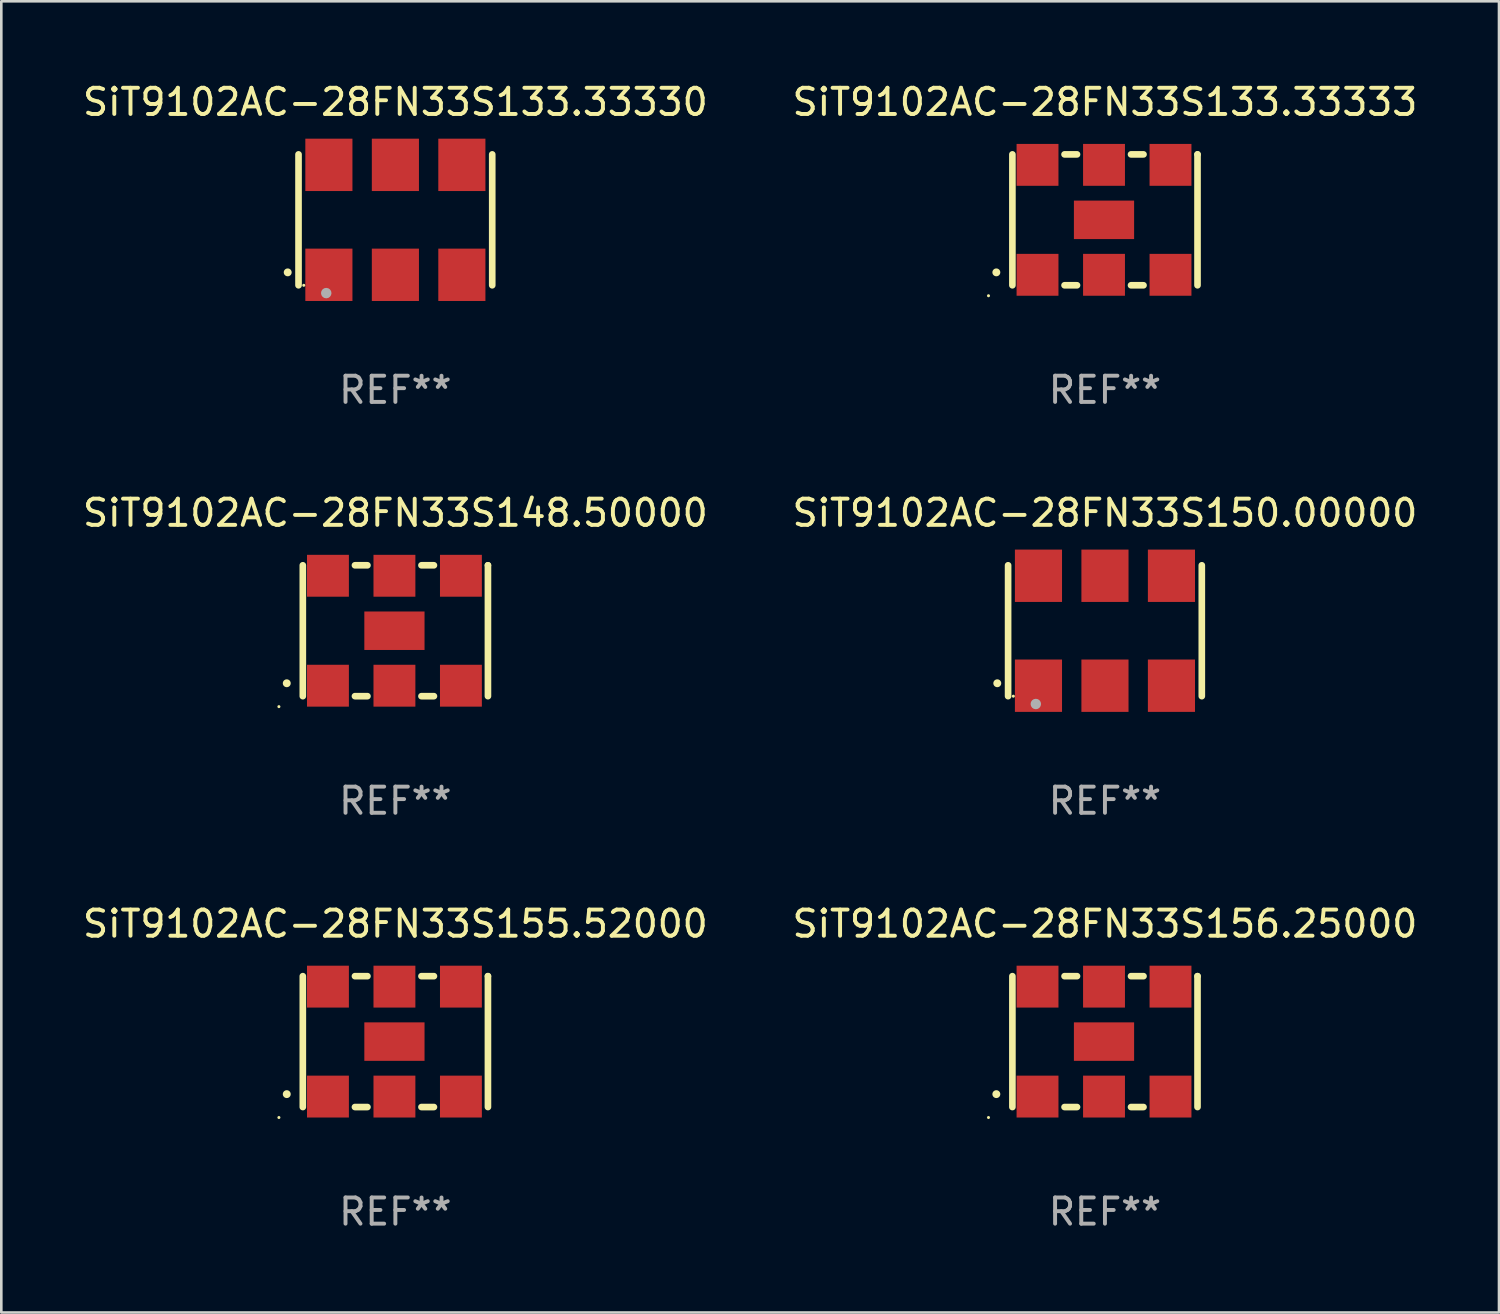
<source format=kicad_pcb>
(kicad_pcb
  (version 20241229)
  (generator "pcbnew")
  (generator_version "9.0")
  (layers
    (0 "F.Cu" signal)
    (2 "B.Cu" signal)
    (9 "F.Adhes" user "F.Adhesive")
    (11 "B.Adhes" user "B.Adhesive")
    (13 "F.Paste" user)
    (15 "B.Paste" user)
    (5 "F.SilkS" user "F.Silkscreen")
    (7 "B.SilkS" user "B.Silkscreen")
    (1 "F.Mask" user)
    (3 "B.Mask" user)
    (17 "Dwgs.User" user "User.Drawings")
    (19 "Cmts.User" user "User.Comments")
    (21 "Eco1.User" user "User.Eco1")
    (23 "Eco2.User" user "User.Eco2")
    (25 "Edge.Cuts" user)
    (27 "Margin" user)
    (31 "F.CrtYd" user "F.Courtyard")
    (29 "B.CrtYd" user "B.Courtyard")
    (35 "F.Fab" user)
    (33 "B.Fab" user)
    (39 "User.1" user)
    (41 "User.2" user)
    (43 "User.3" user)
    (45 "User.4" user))
  (footprint "SiT9102AC-28FN33S155.52000"
    (layer "F.Cu")
    (at 12.054 36.741)
    (property "Reference" "SiT9102AC-28FN33S155.52000" (at 0 -4.5 0) (layer "F.SilkS") (effects (font (size 1 1) (thickness 0.15))))
    (attr through_hole)
    (fp_line (start -3.536 -2.5) (end -3.536 2.5) (stroke (width 0.254) (type solid)) (layer "F.SilkS"))
    (fp_line (start -1.544 2.5) (end -1.067 2.5) (stroke (width 0.254) (type solid)) (layer "F.SilkS"))
    (fp_line (start -1.067 -2.5) (end -1.544 -2.5) (stroke (width 0.254) (type solid)) (layer "F.SilkS"))
    (fp_line (start 0.996 2.5) (end 1.473 2.5) (stroke (width 0.254) (type solid)) (layer "F.SilkS"))
    (fp_line (start 1.473 -2.5) (end 0.996 -2.5) (stroke (width 0.254) (type solid)) (layer "F.SilkS"))
    (fp_line (start 3.536 -2.5) (end 3.536 -2.5) (stroke (width 0.254) (type solid)) (layer "F.SilkS"))
    (fp_line (start 3.536 2.5) (end 3.536 -2.5) (stroke (width 0.254) (type solid)) (layer "F.SilkS"))
    (fp_arc (start -4.150432 2.006604) (mid -4.149162 2.006599) (end -4.147892 2.006604) (stroke (width 0.3) (type solid)) (layer "F.SilkS"))
    (fp_circle (center -4.449 2.9) (end -4.419 2.9) (stroke (width 0.06) (type solid)) (fill no) (layer "F.SilkS"))
    (fp_text user "REF**" (at 0 6.5 0) (layer "F.Fab") (effects (font (size 1 1) (thickness 0.15))))
    (pad "1" smd rect (at -2.576 2.1) (size 1.6 1.6) (layers "F.Cu" "F.Mask" "F.Paste"))
    (pad "2" smd rect (at -0.036 2.1) (size 1.6 1.6) (layers "F.Cu" "F.Mask" "F.Paste"))
    (pad "3" smd rect (at 2.504 2.1) (size 1.6 1.6) (layers "F.Cu" "F.Mask" "F.Paste"))
    (pad "4" smd rect (at 2.504 -2.1) (size 1.6 1.6) (layers "F.Cu" "F.Mask" "F.Paste"))
    (pad "5" smd rect (at -0.036 -2.1) (size 1.6 1.6) (layers "F.Cu" "F.Mask" "F.Paste"))
    (pad "6" smd rect (at -2.576 -2.1) (size 1.6 1.6) (layers "F.Cu" "F.Mask" "F.Paste"))
    (pad "7" smd rect (at -0.036 0) (size 2.3 1.47) (layers "F.Cu" "F.Mask" "F.Paste")))
  (footprint "SiT9102AC-28FN33S156.25000"
    (layer "F.Cu")
    (at 39.161 36.741)
    (property "Reference" "SiT9102AC-28FN33S156.25000" (at 0 -4.5 0) (layer "F.SilkS") (effects (font (size 1 1) (thickness 0.15))))
    (attr through_hole)
    (fp_line (start -3.536 -2.5) (end -3.536 2.5) (stroke (width 0.254) (type solid)) (layer "F.SilkS"))
    (fp_line (start -1.544 2.5) (end -1.067 2.5) (stroke (width 0.254) (type solid)) (layer "F.SilkS"))
    (fp_line (start -1.067 -2.5) (end -1.544 -2.5) (stroke (width 0.254) (type solid)) (layer "F.SilkS"))
    (fp_line (start 0.996 2.5) (end 1.473 2.5) (stroke (width 0.254) (type solid)) (layer "F.SilkS"))
    (fp_line (start 1.473 -2.5) (end 0.996 -2.5) (stroke (width 0.254) (type solid)) (layer "F.SilkS"))
    (fp_line (start 3.536 -2.5) (end 3.536 -2.5) (stroke (width 0.254) (type solid)) (layer "F.SilkS"))
    (fp_line (start 3.536 2.5) (end 3.536 -2.5) (stroke (width 0.254) (type solid)) (layer "F.SilkS"))
    (fp_arc (start -4.150432 2.006604) (mid -4.149162 2.006599) (end -4.147892 2.006604) (stroke (width 0.3) (type solid)) (layer "F.SilkS"))
    (fp_circle (center -4.449 2.9) (end -4.419 2.9) (stroke (width 0.06) (type solid)) (fill no) (layer "F.SilkS"))
    (fp_text user "REF**" (at 0 6.5 0) (layer "F.Fab") (effects (font (size 1 1) (thickness 0.15))))
    (pad "1" smd rect (at -2.576 2.1) (size 1.6 1.6) (layers "F.Cu" "F.Mask" "F.Paste"))
    (pad "2" smd rect (at -0.036 2.1) (size 1.6 1.6) (layers "F.Cu" "F.Mask" "F.Paste"))
    (pad "3" smd rect (at 2.504 2.1) (size 1.6 1.6) (layers "F.Cu" "F.Mask" "F.Paste"))
    (pad "4" smd rect (at 2.504 -2.1) (size 1.6 1.6) (layers "F.Cu" "F.Mask" "F.Paste"))
    (pad "5" smd rect (at -0.036 -2.1) (size 1.6 1.6) (layers "F.Cu" "F.Mask" "F.Paste"))
    (pad "6" smd rect (at -2.576 -2.1) (size 1.6 1.6) (layers "F.Cu" "F.Mask" "F.Paste"))
    (pad "7" smd rect (at -0.036 0) (size 2.3 1.47) (layers "F.Cu" "F.Mask" "F.Paste")))
  (footprint "SiT9102AC-28FN33S150.00000"
    (layer "F.Cu")
    (at 39.161 21.045)
    (property "Reference" "SiT9102AC-28FN33S150.00000" (at 0 -4.5 0) (layer "F.SilkS") (effects (font (size 1 1) (thickness 0.15))))
    (attr through_hole)
    (fp_line (start -3.7 -2.5) (end -3.7 2.5) (stroke (width 0.254) (type solid)) (layer "F.SilkS"))
    (fp_line (start 3.7 -2.5) (end 3.7 2.5) (stroke (width 0.254) (type solid)) (layer "F.SilkS"))
    (fp_arc (start -4.114415 2.006604) (mid -4.113145 2.006599) (end -4.111875 2.006604) (stroke (width 0.3) (type solid)) (layer "F.SilkS"))
    (fp_circle (center -3.5 2.501) (end -3.47 2.501) (stroke (width 0.06) (type solid)) (fill no) (layer "F.SilkS"))
    (fp_circle (center -2.641 2.799) (end -2.541 2.799) (stroke (width 0.2) (type solid)) (fill no) (layer "F.Fab"))
    (fp_text user "REF**" (at 0 6.5 0) (layer "F.Fab") (effects (font (size 1 1) (thickness 0.15))))
    (pad "1" smd rect (at -2.54 2.1) (size 1.8 2) (layers "F.Cu" "F.Mask" "F.Paste"))
    (pad "2" smd rect (at 0.000394 2.1) (size 1.8 2) (layers "F.Cu" "F.Mask" "F.Paste"))
    (pad "3" smd rect (at 2.54 2.1) (size 1.8 2) (layers "F.Cu" "F.Mask" "F.Paste"))
    (pad "4" smd rect (at 2.54 -2.1) (size 1.8 2) (layers "F.Cu" "F.Mask" "F.Paste"))
    (pad "5" smd rect (at 0.000394 -2.1) (size 1.8 2) (layers "F.Cu" "F.Mask" "F.Paste"))
    (pad "6" smd rect (at -2.54 -2.1) (size 1.8 2) (layers "F.Cu" "F.Mask" "F.Paste")))
  (footprint "SiT9102AC-28FN33S133.33333"
    (layer "F.Cu")
    (at 39.161 5.348)
    (property "Reference" "SiT9102AC-28FN33S133.33333" (at 0 -4.5 0) (layer "F.SilkS") (effects (font (size 1 1) (thickness 0.15))))
    (attr through_hole)
    (fp_line (start -3.536 -2.5) (end -3.536 2.5) (stroke (width 0.254) (type solid)) (layer "F.SilkS"))
    (fp_line (start -1.544 2.5) (end -1.067 2.5) (stroke (width 0.254) (type solid)) (layer "F.SilkS"))
    (fp_line (start -1.067 -2.5) (end -1.544 -2.5) (stroke (width 0.254) (type solid)) (layer "F.SilkS"))
    (fp_line (start 0.996 2.5) (end 1.473 2.5) (stroke (width 0.254) (type solid)) (layer "F.SilkS"))
    (fp_line (start 1.473 -2.5) (end 0.996 -2.5) (stroke (width 0.254) (type solid)) (layer "F.SilkS"))
    (fp_line (start 3.536 -2.5) (end 3.536 -2.5) (stroke (width 0.254) (type solid)) (layer "F.SilkS"))
    (fp_line (start 3.536 2.5) (end 3.536 -2.5) (stroke (width 0.254) (type solid)) (layer "F.SilkS"))
    (fp_arc (start -4.150432 2.006604) (mid -4.149162 2.006599) (end -4.147892 2.006604) (stroke (width 0.3) (type solid)) (layer "F.SilkS"))
    (fp_circle (center -4.449 2.9) (end -4.419 2.9) (stroke (width 0.06) (type solid)) (fill no) (layer "F.SilkS"))
    (fp_text user "REF**" (at 0 6.5 0) (layer "F.Fab") (effects (font (size 1 1) (thickness 0.15))))
    (pad "1" smd rect (at -2.576 2.1) (size 1.6 1.6) (layers "F.Cu" "F.Mask" "F.Paste"))
    (pad "2" smd rect (at -0.036 2.1) (size 1.6 1.6) (layers "F.Cu" "F.Mask" "F.Paste"))
    (pad "3" smd rect (at 2.504 2.1) (size 1.6 1.6) (layers "F.Cu" "F.Mask" "F.Paste"))
    (pad "4" smd rect (at 2.504 -2.1) (size 1.6 1.6) (layers "F.Cu" "F.Mask" "F.Paste"))
    (pad "5" smd rect (at -0.036 -2.1) (size 1.6 1.6) (layers "F.Cu" "F.Mask" "F.Paste"))
    (pad "6" smd rect (at -2.576 -2.1) (size 1.6 1.6) (layers "F.Cu" "F.Mask" "F.Paste"))
    (pad "7" smd rect (at -0.036 0) (size 2.3 1.47) (layers "F.Cu" "F.Mask" "F.Paste")))
  (footprint "SiT9102AC-28FN33S133.33330"
    (layer "F.Cu")
    (at 12.054 5.348)
    (property "Reference" "SiT9102AC-28FN33S133.33330" (at 0 -4.5 0) (layer "F.SilkS") (effects (font (size 1 1) (thickness 0.15))))
    (attr through_hole)
    (fp_line (start -3.7 -2.5) (end -3.7 2.5) (stroke (width 0.254) (type solid)) (layer "F.SilkS"))
    (fp_line (start 3.7 -2.5) (end 3.7 2.5) (stroke (width 0.254) (type solid)) (layer "F.SilkS"))
    (fp_arc (start -4.114415 2.006604) (mid -4.113145 2.006599) (end -4.111875 2.006604) (stroke (width 0.3) (type solid)) (layer "F.SilkS"))
    (fp_circle (center -3.5 2.501) (end -3.47 2.501) (stroke (width 0.06) (type solid)) (fill no) (layer "F.SilkS"))
    (fp_circle (center -2.641 2.799) (end -2.541 2.799) (stroke (width 0.2) (type solid)) (fill no) (layer "F.Fab"))
    (fp_text user "REF**" (at 0 6.5 0) (layer "F.Fab") (effects (font (size 1 1) (thickness 0.15))))
    (pad "1" smd rect (at -2.54 2.1) (size 1.8 2) (layers "F.Cu" "F.Mask" "F.Paste"))
    (pad "2" smd rect (at 0.000394 2.1) (size 1.8 2) (layers "F.Cu" "F.Mask" "F.Paste"))
    (pad "3" smd rect (at 2.54 2.1) (size 1.8 2) (layers "F.Cu" "F.Mask" "F.Paste"))
    (pad "4" smd rect (at 2.54 -2.1) (size 1.8 2) (layers "F.Cu" "F.Mask" "F.Paste"))
    (pad "5" smd rect (at 0.000394 -2.1) (size 1.8 2) (layers "F.Cu" "F.Mask" "F.Paste"))
    (pad "6" smd rect (at -2.54 -2.1) (size 1.8 2) (layers "F.Cu" "F.Mask" "F.Paste")))
  (footprint "SiT9102AC-28FN33S148.50000"
    (layer "F.Cu")
    (at 12.054 21.045)
    (property "Reference" "SiT9102AC-28FN33S148.50000" (at 0 -4.5 0) (layer "F.SilkS") (effects (font (size 1 1) (thickness 0.15))))
    (attr through_hole)
    (fp_line (start -3.536 -2.5) (end -3.536 2.5) (stroke (width 0.254) (type solid)) (layer "F.SilkS"))
    (fp_line (start -1.544 2.5) (end -1.067 2.5) (stroke (width 0.254) (type solid)) (layer "F.SilkS"))
    (fp_line (start -1.067 -2.5) (end -1.544 -2.5) (stroke (width 0.254) (type solid)) (layer "F.SilkS"))
    (fp_line (start 0.996 2.5) (end 1.473 2.5) (stroke (width 0.254) (type solid)) (layer "F.SilkS"))
    (fp_line (start 1.473 -2.5) (end 0.996 -2.5) (stroke (width 0.254) (type solid)) (layer "F.SilkS"))
    (fp_line (start 3.536 -2.5) (end 3.536 -2.5) (stroke (width 0.254) (type solid)) (layer "F.SilkS"))
    (fp_line (start 3.536 2.5) (end 3.536 -2.5) (stroke (width 0.254) (type solid)) (layer "F.SilkS"))
    (fp_arc (start -4.150432 2.006604) (mid -4.149162 2.006599) (end -4.147892 2.006604) (stroke (width 0.3) (type solid)) (layer "F.SilkS"))
    (fp_circle (center -4.449 2.9) (end -4.419 2.9) (stroke (width 0.06) (type solid)) (fill no) (layer "F.SilkS"))
    (fp_text user "REF**" (at 0 6.5 0) (layer "F.Fab") (effects (font (size 1 1) (thickness 0.15))))
    (pad "1" smd rect (at -2.576 2.1) (size 1.6 1.6) (layers "F.Cu" "F.Mask" "F.Paste"))
    (pad "2" smd rect (at -0.036 2.1) (size 1.6 1.6) (layers "F.Cu" "F.Mask" "F.Paste"))
    (pad "3" smd rect (at 2.504 2.1) (size 1.6 1.6) (layers "F.Cu" "F.Mask" "F.Paste"))
    (pad "4" smd rect (at 2.504 -2.1) (size 1.6 1.6) (layers "F.Cu" "F.Mask" "F.Paste"))
    (pad "5" smd rect (at -0.036 -2.1) (size 1.6 1.6) (layers "F.Cu" "F.Mask" "F.Paste"))
    (pad "6" smd rect (at -2.576 -2.1) (size 1.6 1.6) (layers "F.Cu" "F.Mask" "F.Paste"))
    (pad "7" smd rect (at -0.036 0) (size 2.3 1.47) (layers "F.Cu" "F.Mask" "F.Paste")))
  (gr_rect
    (start -3 -3)
    (end 54.214 47.09)
    (stroke (width 0.1) (type default))
    (fill no)
    (layer "Edge.Cuts")))
</source>
